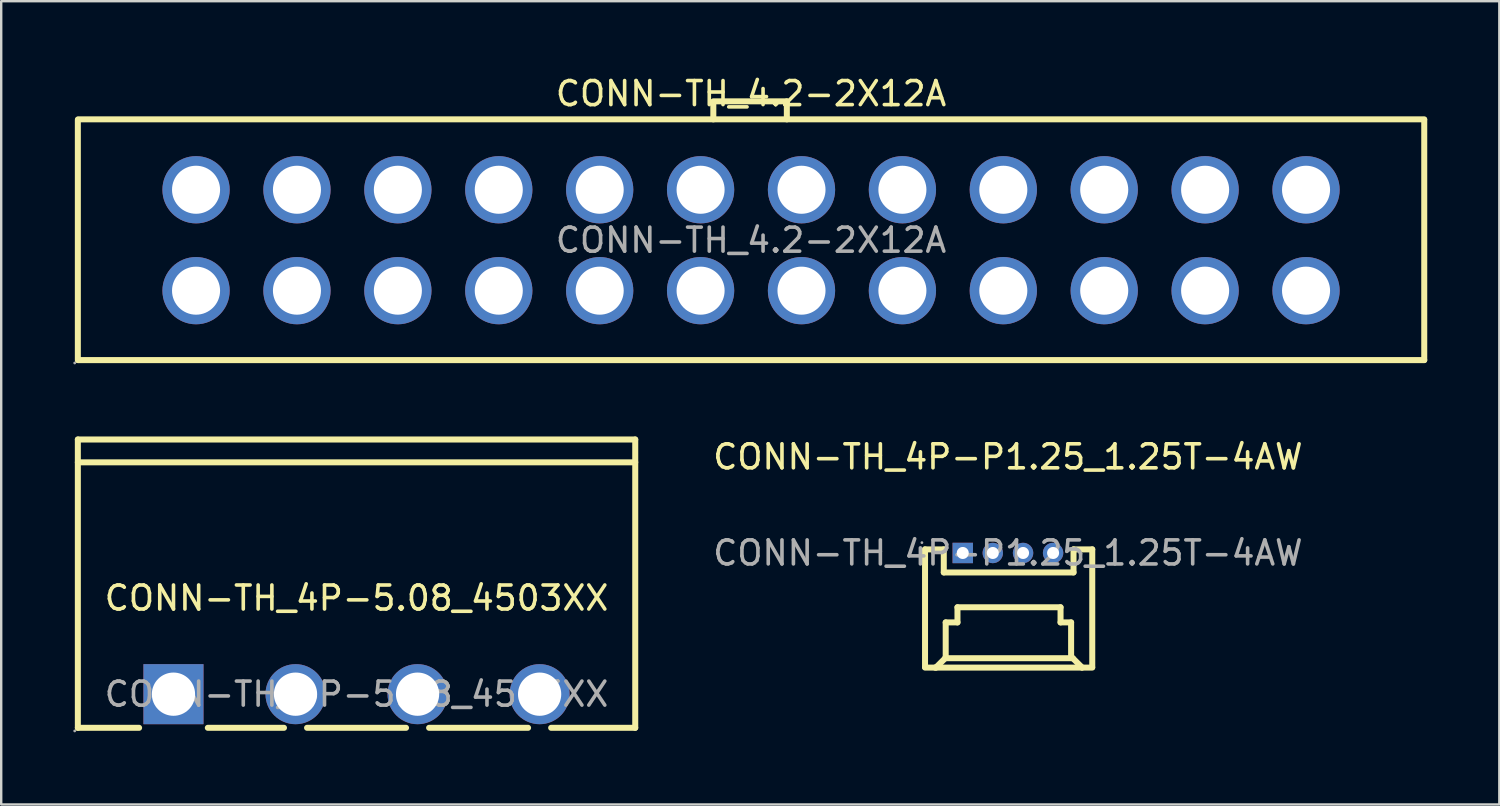
<source format=kicad_pcb>
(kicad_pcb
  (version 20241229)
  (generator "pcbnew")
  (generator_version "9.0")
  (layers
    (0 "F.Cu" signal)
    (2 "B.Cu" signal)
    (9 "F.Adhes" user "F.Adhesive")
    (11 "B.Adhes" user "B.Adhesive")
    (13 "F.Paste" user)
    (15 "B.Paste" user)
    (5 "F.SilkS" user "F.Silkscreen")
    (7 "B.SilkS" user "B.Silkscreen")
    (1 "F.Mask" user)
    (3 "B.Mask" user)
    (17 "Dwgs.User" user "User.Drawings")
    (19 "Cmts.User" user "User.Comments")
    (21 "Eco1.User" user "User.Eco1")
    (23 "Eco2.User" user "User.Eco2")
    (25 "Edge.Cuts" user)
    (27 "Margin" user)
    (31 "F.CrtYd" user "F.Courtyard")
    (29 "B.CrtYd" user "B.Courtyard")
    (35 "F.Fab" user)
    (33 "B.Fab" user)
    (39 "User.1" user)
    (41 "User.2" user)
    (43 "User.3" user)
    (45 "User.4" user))
  (footprint "CONN-TH_4P-P1.25_1.25T-4AW"
    (layer "F.Cu")
    (at 38.902 19.966)
    (property "Reference" "CONN-TH_4P-P1.25_1.25T-4AW" (at 0 -4 0) (layer "F.SilkS") (effects (font (size 1 1) (thickness 0.15))))
    (attr through_hole)
    (fp_line (start -3.45 4.75) (end -3.45 -0.15) (stroke (width 0.25) (type solid)) (layer "F.SilkS"))
    (fp_line (start -3 4.77) (end -3.45 4.77) (stroke (width 0.25) (type solid)) (layer "F.SilkS"))
    (fp_line (start -2.67 -0.15) (end -3.45 -0.15) (stroke (width 0.25) (type solid)) (layer "F.SilkS"))
    (fp_line (start -2.67 0.81) (end -2.67 -0.15) (stroke (width 0.25) (type solid)) (layer "F.SilkS"))
    (fp_line (start -2.61 4.38) (end -3 4.77) (stroke (width 0.25) (type solid)) (layer "F.SilkS"))
    (fp_line (start -2.59 2.89) (end -2.59 4.36) (stroke (width 0.25) (type solid)) (layer "F.SilkS"))
    (fp_line (start -2.1 2.26) (end -2.1 2.89) (stroke (width 0.25) (type solid)) (layer "F.SilkS"))
    (fp_line (start -2.1 2.89) (end -2.59 2.89) (stroke (width 0.25) (type solid)) (layer "F.SilkS"))
    (fp_line (start 2.19 2.26) (end -2.1 2.26) (stroke (width 0.25) (type solid)) (layer "F.SilkS"))
    (fp_line (start 2.19 2.89) (end 2.19 2.26) (stroke (width 0.25) (type solid)) (layer "F.SilkS"))
    (fp_line (start 2.63 2.89) (end 2.19 2.89) (stroke (width 0.25) (type solid)) (layer "F.SilkS"))
    (fp_line (start 2.63 4.36) (end 2.63 2.89) (stroke (width 0.25) (type solid)) (layer "F.SilkS"))
    (fp_line (start 2.7 4.38) (end -2.61 4.38) (stroke (width 0.25) (type solid)) (layer "F.SilkS"))
    (fp_line (start 2.73 0.81) (end -2.67 0.81) (stroke (width 0.25) (type solid)) (layer "F.SilkS"))
    (fp_line (start 2.73 0.81) (end 2.73 -0.15) (stroke (width 0.25) (type solid)) (layer "F.SilkS"))
    (fp_line (start 3.06 4.77) (end -3.03 4.77) (stroke (width 0.25) (type solid)) (layer "F.SilkS"))
    (fp_line (start 3.09 4.77) (end 2.7 4.38) (stroke (width 0.25) (type solid)) (layer "F.SilkS"))
    (fp_line (start 3.51 -0.15) (end 2.73 -0.15) (stroke (width 0.25) (type solid)) (layer "F.SilkS"))
    (fp_line (start 3.51 4.75) (end 3.51 -0.15) (stroke (width 0.25) (type solid)) (layer "F.SilkS"))
    (fp_line (start 3.51 4.77) (end 3.09 4.77) (stroke (width 0.25) (type solid)) (layer "F.SilkS"))
    (fp_circle (center -3.58 -0.43) (end -3.55 -0.43) (stroke (width 0.06) (type solid)) (fill no) (layer "F.Fab"))
    (fp_circle (center -1.88 0) (end -1.8 0) (stroke (width 0.15) (type solid)) (fill no) (layer "F.Fab"))
    (fp_circle (center -0.63 0) (end -0.55 0) (stroke (width 0.15) (type solid)) (fill no) (layer "F.Fab"))
    (fp_circle (center 0.63 0) (end 0.71 0) (stroke (width 0.15) (type solid)) (fill no) (layer "F.Fab"))
    (fp_circle (center 1.88 0) (end 1.96 0) (stroke (width 0.15) (type solid)) (fill no) (layer "F.Fab"))
    (fp_text user "${REFERENCE}" (at 0 0 0) (layer "F.Fab") (effects (font (size 1 1) (thickness 0.15))))
    (pad "1" thru_hole rect (at -1.88 0 180) (size 0.85 0.85) (drill 0.5) (layers "*.Cu" "*.Paste" "*.Mask"))
    (pad "2" thru_hole circle (at -0.63 0 180) (size 0.85 0.85) (drill 0.5) (layers "*.Cu" "*.Paste" "*.Mask"))
    (pad "3" thru_hole circle (at 0.63 0 180) (size 0.85 0.85) (drill 0.5) (layers "*.Cu" "*.Paste" "*.Mask"))
    (pad "4" thru_hole circle (at 1.88 0 180) (size 0.85 0.85) (drill 0.5) (layers "*.Cu" "*.Paste" "*.Mask")))
  (footprint "CONN-TH_4P-5.08_4503XX"
    (layer "F.Cu")
    (at 11.79 25.843)
    (property "Reference" "CONN-TH_4P-5.08_4503XX" (at 0 -4 0) (layer "F.SilkS") (effects (font (size 1 1) (thickness 0.15))))
    (attr through_hole)
    (fp_line (start -11.6 1.4) (end -11.6 -10.6) (stroke (width 0.25) (type solid)) (layer "F.SilkS"))
    (fp_line (start -11.6 1.4) (end -9.05 1.4) (stroke (width 0.25) (type solid)) (layer "F.SilkS"))
    (fp_line (start -6.19 1.4) (end -3.02 1.4) (stroke (width 0.25) (type solid)) (layer "F.SilkS"))
    (fp_line (start -2.06 1.4) (end 2.06 1.4) (stroke (width 0.25) (type solid)) (layer "F.SilkS"))
    (fp_line (start 3.02 1.4) (end 7.14 1.4) (stroke (width 0.25) (type solid)) (layer "F.SilkS"))
    (fp_line (start 8.1 1.4) (end 11.6 1.4) (stroke (width 0.25) (type solid)) (layer "F.SilkS"))
    (fp_line (start 11.6 -10.6) (end -11.6 -10.6) (stroke (width 0.25) (type solid)) (layer "F.SilkS"))
    (fp_line (start 11.6 -10.6) (end 11.6 1.4) (stroke (width 0.25) (type solid)) (layer "F.SilkS"))
    (fp_line (start 11.6 -9.65) (end -11.6 -9.65) (stroke (width 0.25) (type solid)) (layer "F.SilkS"))
    (fp_circle (center -11.73 1.53) (end -11.7 1.53) (stroke (width 0.06) (type solid)) (fill no) (layer "F.Fab"))
    (fp_circle (center -7.62 0) (end -7.22 0) (stroke (width 0.8) (type solid)) (fill no) (layer "F.Fab"))
    (fp_circle (center -2.54 0) (end -2.14 0) (stroke (width 0.8) (type solid)) (fill no) (layer "F.Fab"))
    (fp_circle (center 2.54 0) (end 2.94 0) (stroke (width 0.8) (type solid)) (fill no) (layer "F.Fab"))
    (fp_circle (center 7.62 0) (end 8.02 0) (stroke (width 0.8) (type solid)) (fill no) (layer "F.Fab"))
    (fp_text user "${REFERENCE}" (at 0 0 0) (layer "F.Fab") (effects (font (size 1 1) (thickness 0.15))))
    (pad "1" thru_hole rect (at -7.62 0) (size 2.5 2.5) (drill 1.8) (layers "*.Cu" "*.Paste" "*.Mask"))
    (pad "2" thru_hole circle (at -2.54 0) (size 2.5 2.5) (drill 1.8) (layers "*.Cu" "*.Paste" "*.Mask"))
    (pad "3" thru_hole circle (at 2.54 0) (size 2.5 2.5) (drill 1.8) (layers "*.Cu" "*.Paste" "*.Mask"))
    (pad "4" thru_hole circle (at 7.62 0) (size 2.5 2.5) (drill 1.8) (layers "*.Cu" "*.Paste" "*.Mask")))
  (footprint "CONN-TH_4.2-2X12A"
    (layer "F.Cu")
    (at 28.21 6.948)
    (property "Reference" "CONN-TH_4.2-2X12A" (at 0 -6.1 0) (layer "F.SilkS") (effects (font (size 1 1) (thickness 0.15))))
    (attr through_hole)
    (fp_line (start -28.02 -5.01) (end -28.02 4.99) (stroke (width 0.25) (type solid)) (layer "F.SilkS"))
    (fp_line (start -28.01 -5.03) (end 28.02 -5.03) (stroke (width 0.25) (type solid)) (layer "F.SilkS"))
    (fp_line (start -28.01 4.99) (end 28.02 4.99) (stroke (width 0.25) (type solid)) (layer "F.SilkS"))
    (fp_line (start -1.57 -5.78) (end 1.49 -5.78) (stroke (width 0.25) (type solid)) (layer "F.SilkS"))
    (fp_line (start -1.57 -5.75) (end -1.57 -5.03) (stroke (width 0.25) (type solid)) (layer "F.SilkS"))
    (fp_line (start 1.49 -5.78) (end 1.49 -5.03) (stroke (width 0.25) (type solid)) (layer "F.SilkS"))
    (fp_line (start 28.02 -5.01) (end 28.02 4.99) (stroke (width 0.25) (type solid)) (layer "F.SilkS"))
    (fp_circle (center -28.15 5.11) (end -28.12 5.11) (stroke (width 0.06) (type solid)) (fill no) (layer "F.Fab"))
    (fp_circle (center -23.1 -2.1) (end -22.65 -2.1) (stroke (width 0.9) (type solid)) (fill no) (layer "F.Fab"))
    (fp_circle (center -23.1 2.1) (end -22.65 2.1) (stroke (width 0.9) (type solid)) (fill no) (layer "F.Fab"))
    (fp_circle (center -18.9 -2.1) (end -18.45 -2.1) (stroke (width 0.9) (type solid)) (fill no) (layer "F.Fab"))
    (fp_circle (center -18.9 2.1) (end -18.45 2.1) (stroke (width 0.9) (type solid)) (fill no) (layer "F.Fab"))
    (fp_circle (center -14.7 -2.1) (end -14.25 -2.1) (stroke (width 0.9) (type solid)) (fill no) (layer "F.Fab"))
    (fp_circle (center -14.7 2.1) (end -14.25 2.1) (stroke (width 0.9) (type solid)) (fill no) (layer "F.Fab"))
    (fp_circle (center -10.5 -2.1) (end -10.05 -2.1) (stroke (width 0.9) (type solid)) (fill no) (layer "F.Fab"))
    (fp_circle (center -10.5 2.1) (end -10.05 2.1) (stroke (width 0.9) (type solid)) (fill no) (layer "F.Fab"))
    (fp_circle (center -6.3 -2.1) (end -5.85 -2.1) (stroke (width 0.9) (type solid)) (fill no) (layer "F.Fab"))
    (fp_circle (center -6.3 2.1) (end -5.85 2.1) (stroke (width 0.9) (type solid)) (fill no) (layer "F.Fab"))
    (fp_circle (center -2.1 -2.1) (end -1.65 -2.1) (stroke (width 0.9) (type solid)) (fill no) (layer "F.Fab"))
    (fp_circle (center -2.1 2.1) (end -1.65 2.1) (stroke (width 0.9) (type solid)) (fill no) (layer "F.Fab"))
    (fp_circle (center 2.1 -2.1) (end 2.55 -2.1) (stroke (width 0.9) (type solid)) (fill no) (layer "F.Fab"))
    (fp_circle (center 2.1 2.1) (end 2.55 2.1) (stroke (width 0.9) (type solid)) (fill no) (layer "F.Fab"))
    (fp_circle (center 6.3 -2.1) (end 6.75 -2.1) (stroke (width 0.9) (type solid)) (fill no) (layer "F.Fab"))
    (fp_circle (center 6.3 2.1) (end 6.75 2.1) (stroke (width 0.9) (type solid)) (fill no) (layer "F.Fab"))
    (fp_circle (center 10.5 -2.1) (end 10.95 -2.1) (stroke (width 0.9) (type solid)) (fill no) (layer "F.Fab"))
    (fp_circle (center 10.5 2.1) (end 10.95 2.1) (stroke (width 0.9) (type solid)) (fill no) (layer "F.Fab"))
    (fp_circle (center 14.7 -2.1) (end 15.15 -2.1) (stroke (width 0.9) (type solid)) (fill no) (layer "F.Fab"))
    (fp_circle (center 14.7 2.1) (end 15.15 2.1) (stroke (width 0.9) (type solid)) (fill no) (layer "F.Fab"))
    (fp_circle (center 18.9 -2.1) (end 19.35 -2.1) (stroke (width 0.9) (type solid)) (fill no) (layer "F.Fab"))
    (fp_circle (center 18.9 2.1) (end 19.35 2.1) (stroke (width 0.9) (type solid)) (fill no) (layer "F.Fab"))
    (fp_circle (center 23.1 -2.1) (end 23.55 -2.1) (stroke (width 0.9) (type solid)) (fill no) (layer "F.Fab"))
    (fp_circle (center 23.1 2.1) (end 23.55 2.1) (stroke (width 0.9) (type solid)) (fill no) (layer "F.Fab"))
    (fp_text user "${REFERENCE}" (at 0 0 0) (layer "F.Fab") (effects (font (size 1 1) (thickness 0.15))))
    (pad "1" thru_hole circle (at -23.1 2.1) (size 2.8 2.8) (drill 2) (layers "*.Cu" "*.Paste" "*.Mask"))
    (pad "2" thru_hole circle (at -23.1 -2.1) (size 2.8 2.8) (drill 2) (layers "*.Cu" "*.Paste" "*.Mask"))
    (pad "3" thru_hole circle (at -18.9 2.1) (size 2.8 2.8) (drill 2) (layers "*.Cu" "*.Paste" "*.Mask"))
    (pad "4" thru_hole circle (at -18.9 -2.1) (size 2.8 2.8) (drill 2) (layers "*.Cu" "*.Paste" "*.Mask"))
    (pad "5" thru_hole circle (at -14.7 2.1) (size 2.8 2.8) (drill 2) (layers "*.Cu" "*.Paste" "*.Mask"))
    (pad "6" thru_hole circle (at -14.7 -2.1) (size 2.8 2.8) (drill 2) (layers "*.Cu" "*.Paste" "*.Mask"))
    (pad "7" thru_hole circle (at -10.5 2.1) (size 2.8 2.8) (drill 2) (layers "*.Cu" "*.Paste" "*.Mask"))
    (pad "8" thru_hole circle (at -10.5 -2.1) (size 2.8 2.8) (drill 2) (layers "*.Cu" "*.Paste" "*.Mask"))
    (pad "9" thru_hole circle (at -6.3 2.1) (size 2.8 2.8) (drill 2) (layers "*.Cu" "*.Paste" "*.Mask"))
    (pad "10" thru_hole circle (at -6.3 -2.1) (size 2.8 2.8) (drill 2) (layers "*.Cu" "*.Paste" "*.Mask"))
    (pad "11" thru_hole circle (at -2.1 2.1) (size 2.8 2.8) (drill 2) (layers "*.Cu" "*.Paste" "*.Mask"))
    (pad "12" thru_hole circle (at -2.1 -2.1) (size 2.8 2.8) (drill 2) (layers "*.Cu" "*.Paste" "*.Mask"))
    (pad "13" thru_hole circle (at 2.1 2.1) (size 2.8 2.8) (drill 2) (layers "*.Cu" "*.Paste" "*.Mask"))
    (pad "14" thru_hole circle (at 2.1 -2.1) (size 2.8 2.8) (drill 2) (layers "*.Cu" "*.Paste" "*.Mask"))
    (pad "15" thru_hole circle (at 6.3 2.1) (size 2.8 2.8) (drill 2) (layers "*.Cu" "*.Paste" "*.Mask"))
    (pad "16" thru_hole circle (at 6.3 -2.1) (size 2.8 2.8) (drill 2) (layers "*.Cu" "*.Paste" "*.Mask"))
    (pad "17" thru_hole circle (at 10.5 2.1) (size 2.8 2.8) (drill 2) (layers "*.Cu" "*.Paste" "*.Mask"))
    (pad "18" thru_hole circle (at 10.5 -2.1) (size 2.8 2.8) (drill 2) (layers "*.Cu" "*.Paste" "*.Mask"))
    (pad "19" thru_hole circle (at 14.7 2.1) (size 2.8 2.8) (drill 2) (layers "*.Cu" "*.Paste" "*.Mask"))
    (pad "20" thru_hole circle (at 14.7 -2.1) (size 2.8 2.8) (drill 2) (layers "*.Cu" "*.Paste" "*.Mask"))
    (pad "21" thru_hole circle (at 18.9 2.1) (size 2.8 2.8) (drill 2) (layers "*.Cu" "*.Paste" "*.Mask"))
    (pad "22" thru_hole circle (at 18.9 -2.1) (size 2.8 2.8) (drill 2) (layers "*.Cu" "*.Paste" "*.Mask"))
    (pad "23" thru_hole circle (at 23.1 2.1) (size 2.8 2.8) (drill 2) (layers "*.Cu" "*.Paste" "*.Mask"))
    (pad "24" thru_hole circle (at 23.1 -2.1) (size 2.8 2.8) (drill 2) (layers "*.Cu" "*.Paste" "*.Mask")))
  (gr_rect
    (start -3 -3)
    (end 59.355 30.433)
    (stroke (width 0.1) (type default))
    (fill no)
    (layer "Edge.Cuts")))
</source>
